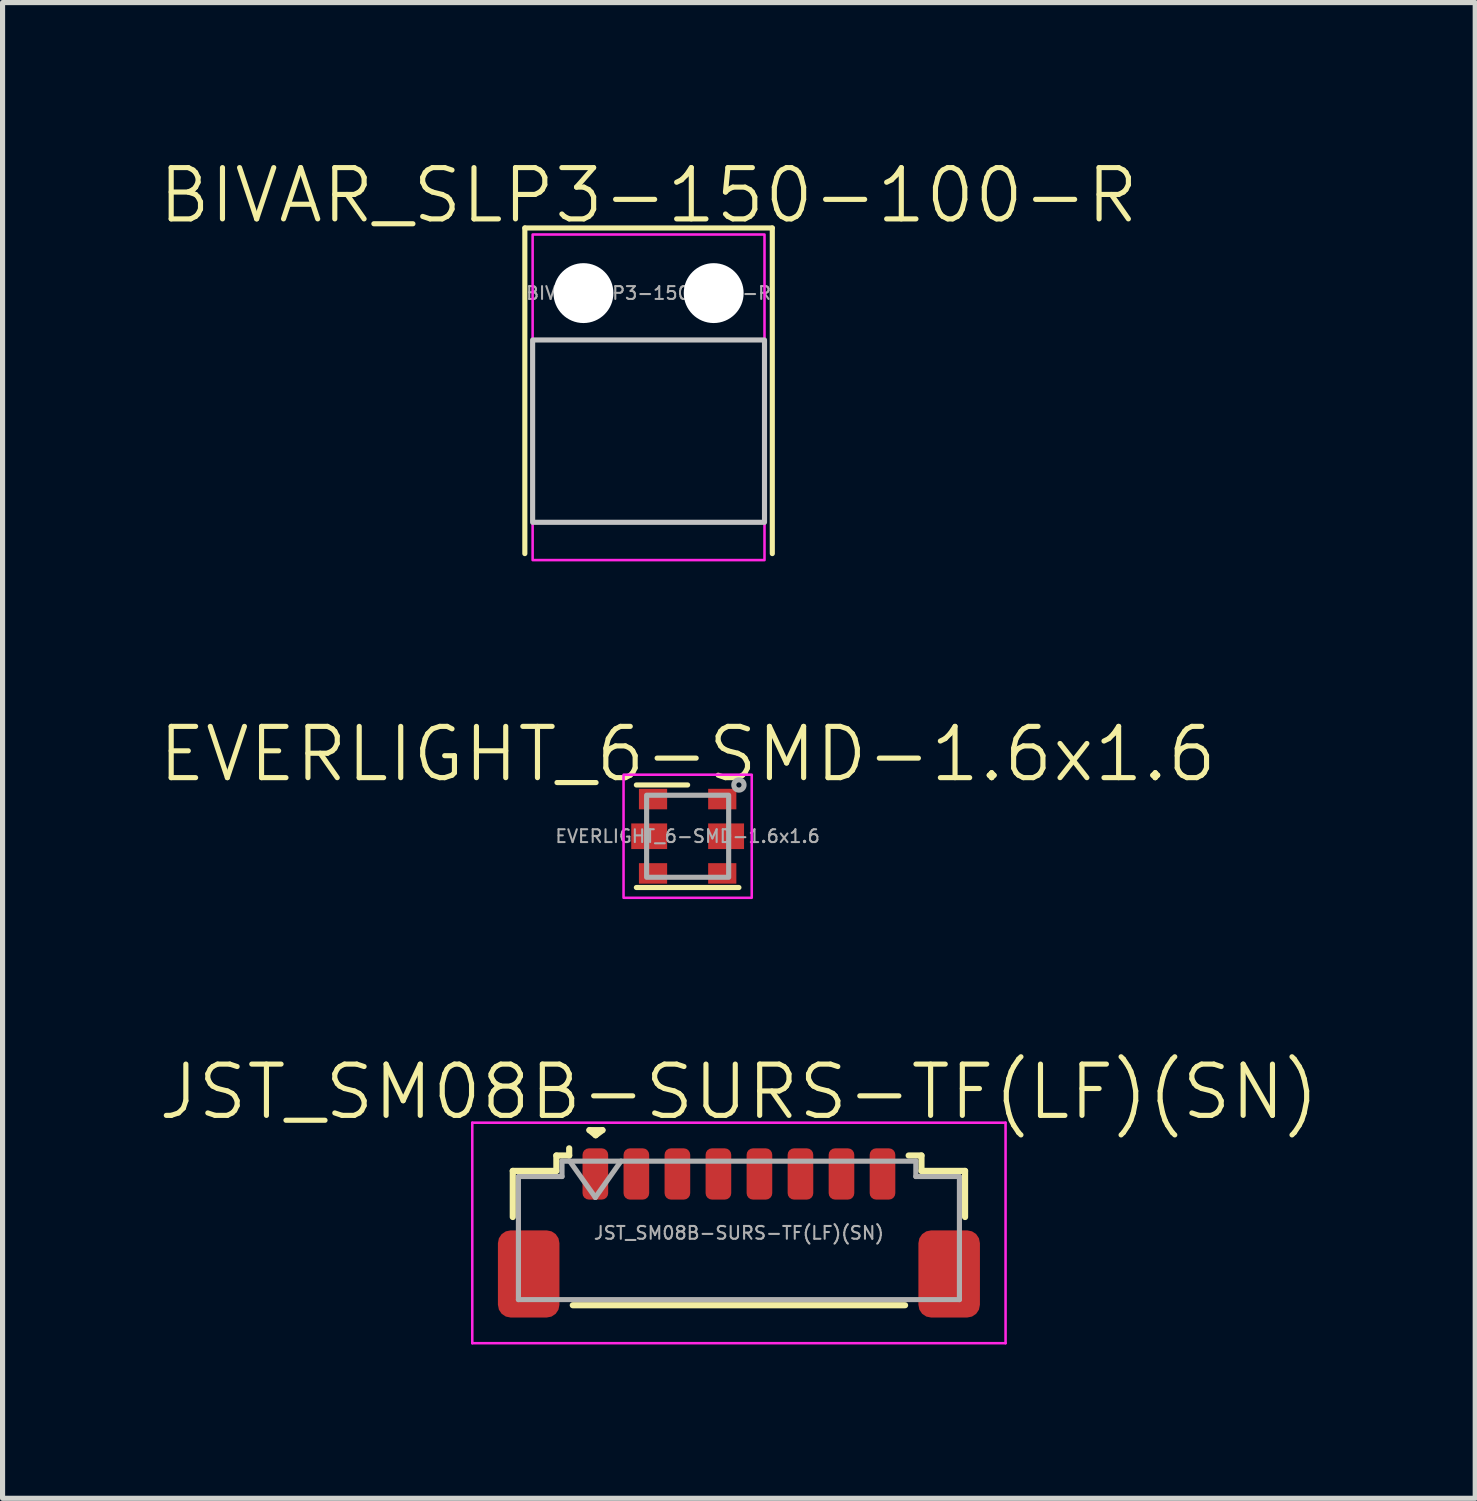
<source format=kicad_pcb>
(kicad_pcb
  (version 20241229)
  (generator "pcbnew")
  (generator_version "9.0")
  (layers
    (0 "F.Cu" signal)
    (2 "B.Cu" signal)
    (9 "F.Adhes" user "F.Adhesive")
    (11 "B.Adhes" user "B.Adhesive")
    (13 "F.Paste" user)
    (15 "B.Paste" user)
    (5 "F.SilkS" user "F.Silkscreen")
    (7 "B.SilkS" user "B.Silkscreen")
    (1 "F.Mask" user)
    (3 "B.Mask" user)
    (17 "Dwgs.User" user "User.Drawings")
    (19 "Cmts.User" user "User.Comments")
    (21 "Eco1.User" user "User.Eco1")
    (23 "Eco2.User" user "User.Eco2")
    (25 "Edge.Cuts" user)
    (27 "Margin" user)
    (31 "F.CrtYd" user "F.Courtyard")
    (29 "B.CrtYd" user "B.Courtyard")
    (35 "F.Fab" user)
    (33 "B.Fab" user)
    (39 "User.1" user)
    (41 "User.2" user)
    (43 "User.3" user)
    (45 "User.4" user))
  (footprint "BIVAR_SLP3-150-100-R"
    (layer "F.Cu")
    (at 9.598 2.666)
    (property "Reference" "BIVAR_SLP3-150-100-R" (at 0 -1.905 0) (unlocked yes) (layer "F.SilkS") (effects (font (size 1 1) (thickness 0.1))))
    (attr smd)
    (fp_line (start -2.413 -1.27) (end 2.413 -1.27) (stroke (width 0.1) (type default)) (layer "F.SilkS"))
    (fp_line (start -2.413 5.08) (end -2.413 -1.27) (stroke (width 0.1) (type default)) (layer "F.SilkS"))
    (fp_line (start 2.413 -1.27) (end 2.413 5.08) (stroke (width 0.1) (type default)) (layer "F.SilkS"))
    (fp_rect (start -2.261 0.914) (end 2.261 4.47) (stroke (width 0.1) (type default)) (fill no) (layer "Dwgs.User"))
    (fp_rect (start -2.261 -1.143) (end 2.261 0.914) (stroke (width 0.05) (type default)) (fill no) (layer "F.CrtYd"))
    (fp_rect (start -2.261 4.47) (end 2.261 5.207) (stroke (width 0.05) (type default)) (fill no) (layer "F.CrtYd"))
    (fp_text user "${REFERENCE}" (at 0 0 0) (unlocked yes) (layer "F.Fab") (effects (font (size 0.25 0.25) (thickness 0.04))))
    (pad "" np_thru_hole circle (at -1.27 0) (size 1.168 1.168) (drill 1.168) (layers "*.Cu" "*.Mask"))
    (pad "" np_thru_hole circle (at 1.27 0) (size 1.168 1.168) (drill 1.168) (layers "*.Cu" "*.Mask")))
  (footprint "EVERLIGHT_6-SMD-1.6x1.6"
    (layer "F.Cu")
    (at 10.36 13.258)
    (property "Reference" "EVERLIGHT_6-SMD-1.6x1.6" (at 0 -1.6 0) (unlocked yes) (layer "F.SilkS") (effects (font (size 1 1) (thickness 0.1))))
    (attr smd)
    (fp_line (start -1 -1) (end 0 -1) (stroke (width 0.1) (type default)) (layer "F.SilkS"))
    (fp_line (start -1 1) (end 1 1) (stroke (width 0.1) (type default)) (layer "F.SilkS"))
    (fp_rect (start -1.25 -1.2) (end 1.25 1.2) (stroke (width 0.05) (type default)) (fill no) (layer "F.CrtYd"))
    (fp_rect (start -0.8 -0.8) (end 0.8 0.8) (stroke (width 0.1) (type default)) (fill no) (layer "F.Fab"))
    (fp_circle (center 1 -1) (end 1.1 -1) (stroke (width 0.1) (type default)) (fill no) (layer "F.Fab"))
    (fp_text user "${REFERENCE}" (at 0 0 0) (unlocked yes) (layer "F.Fab") (effects (font (size 0.25 0.25) (thickness 0.04))))
    (pad "1" smd rect (at 0.675 -0.725) (size 0.55 0.4) (layers "F.Cu" "F.Mask" "F.Paste"))
    (pad "2" smd rect (at -0.675 -0.725) (size 0.55 0.4) (layers "F.Cu" "F.Mask" "F.Paste"))
    (pad "3" smd rect (at 0.75 0) (size 0.7 0.5) (layers "F.Cu" "F.Mask" "F.Paste"))
    (pad "4" smd rect (at -0.75 0) (size 0.7 0.5) (layers "F.Cu" "F.Mask" "F.Paste"))
    (pad "5" smd rect (at 0.675 0.725) (size 0.55 0.4) (layers "F.Cu" "F.Mask" "F.Paste"))
    (pad "6" smd rect (at -0.675 0.725) (size 0.55 0.4) (layers "F.Cu" "F.Mask" "F.Paste")))
  (footprint "JST_SM08B-SURS-TF(LF)(SN)"
    (layer "F.Cu")
    (at 11.36 20.994)
    (property "Reference" "JST_SM08B-SURS-TF(LF)(SN)" (at 0 -2.75 0) (unlocked yes) (layer "F.SilkS") (effects (font (size 1 1) (thickness 0.1))))
    (attr smd)
    (fp_line (start -4.41 -1.21) (end -3.56 -1.21) (stroke (width 0.12) (type solid)) (layer "F.SilkS"))
    (fp_line (start -4.41 -0.31) (end -4.41 -1.21) (stroke (width 0.12) (type solid)) (layer "F.SilkS"))
    (fp_line (start -3.56 -1.51) (end -3.31 -1.51) (stroke (width 0.12) (type solid)) (layer "F.SilkS"))
    (fp_line (start -3.56 -1.21) (end -3.56 -1.51) (stroke (width 0.12) (type solid)) (layer "F.SilkS"))
    (fp_line (start -3.31 -1.51) (end -3.31 -1.65) (stroke (width 0.12) (type solid)) (layer "F.SilkS"))
    (fp_line (start -3.24 1.41) (end 3.24 1.41) (stroke (width 0.12) (type solid)) (layer "F.SilkS"))
    (fp_line (start -2.915 -2.005) (end -2.794 -1.905) (stroke (width 0.12) (type solid)) (layer "F.SilkS"))
    (fp_line (start -2.794 -1.905) (end -2.661 -2.005) (stroke (width 0.12) (type solid)) (layer "F.SilkS"))
    (fp_line (start -2.661 -2.005) (end -2.915 -2.005) (stroke (width 0.12) (type solid)) (layer "F.SilkS"))
    (fp_line (start 3.56 -1.51) (end 3.31 -1.51) (stroke (width 0.12) (type solid)) (layer "F.SilkS"))
    (fp_line (start 3.56 -1.21) (end 3.56 -1.51) (stroke (width 0.12) (type solid)) (layer "F.SilkS"))
    (fp_line (start 4.41 -1.21) (end 3.56 -1.21) (stroke (width 0.12) (type solid)) (layer "F.SilkS"))
    (fp_line (start 4.41 -0.31) (end 4.41 -1.21) (stroke (width 0.12) (type solid)) (layer "F.SilkS"))
    (fp_line (start -5.2 -2.15) (end -5.2 2.15) (stroke (width 0.05) (type solid)) (layer "F.CrtYd"))
    (fp_line (start -5.2 2.15) (end 5.2 2.15) (stroke (width 0.05) (type solid)) (layer "F.CrtYd"))
    (fp_line (start 5.2 -2.15) (end -5.2 -2.15) (stroke (width 0.05) (type solid)) (layer "F.CrtYd"))
    (fp_line (start 5.2 2.15) (end 5.2 -2.15) (stroke (width 0.05) (type solid)) (layer "F.CrtYd"))
    (fp_line (start -4.3 -1.1) (end -4.3 1.3) (stroke (width 0.1) (type solid)) (layer "F.Fab"))
    (fp_line (start -4.3 -1.1) (end -3.45 -1.1) (stroke (width 0.1) (type solid)) (layer "F.Fab"))
    (fp_line (start -4.3 1.3) (end 4.3 1.3) (stroke (width 0.1) (type solid)) (layer "F.Fab"))
    (fp_line (start -3.45 -1.4) (end 3.45 -1.4) (stroke (width 0.1) (type solid)) (layer "F.Fab"))
    (fp_line (start -3.45 -1.1) (end -3.45 -1.4) (stroke (width 0.1) (type solid)) (layer "F.Fab"))
    (fp_line (start -3.3 -1.4) (end -2.8 -0.693) (stroke (width 0.1) (type solid)) (layer "F.Fab"))
    (fp_line (start -2.8 -0.693) (end -2.3 -1.4) (stroke (width 0.1) (type solid)) (layer "F.Fab"))
    (fp_line (start 3.45 -1.4) (end 3.45 -1.1) (stroke (width 0.1) (type solid)) (layer "F.Fab"))
    (fp_line (start 3.45 -1.1) (end 4.3 -1.1) (stroke (width 0.1) (type solid)) (layer "F.Fab"))
    (fp_line (start 4.3 -1.1) (end 4.3 1.3) (stroke (width 0.1) (type solid)) (layer "F.Fab"))
    (fp_text user "${REFERENCE}" (at 0 0 0) (unlocked yes) (layer "F.Fab") (effects (font (size 0.25 0.25) (thickness 0.04))))
    (pad "1" smd roundrect (at -2.8 -1.15) (size 0.5 1) (layers "F.Cu" "F.Mask" "F.Paste") (roundrect_rratio 0.25))
    (pad "2" smd roundrect (at -2 -1.15) (size 0.5 1) (layers "F.Cu" "F.Mask" "F.Paste") (roundrect_rratio 0.25))
    (pad "3" smd roundrect (at -1.2 -1.15) (size 0.5 1) (layers "F.Cu" "F.Mask" "F.Paste") (roundrect_rratio 0.25))
    (pad "4" smd roundrect (at -0.4 -1.15) (size 0.5 1) (layers "F.Cu" "F.Mask" "F.Paste") (roundrect_rratio 0.25))
    (pad "5" smd roundrect (at 0.4 -1.15) (size 0.5 1) (layers "F.Cu" "F.Mask" "F.Paste") (roundrect_rratio 0.25))
    (pad "6" smd roundrect (at 1.2 -1.15) (size 0.5 1) (layers "F.Cu" "F.Mask" "F.Paste") (roundrect_rratio 0.25))
    (pad "7" smd roundrect (at 2 -1.15) (size 0.5 1) (layers "F.Cu" "F.Mask" "F.Paste") (roundrect_rratio 0.25))
    (pad "8" smd roundrect (at 2.8 -1.15) (size 0.5 1) (layers "F.Cu" "F.Mask" "F.Paste") (roundrect_rratio 0.25))
    (pad "MP" smd roundrect (at -4.1 0.8) (size 1.2 1.7) (layers "F.Cu" "F.Mask" "F.Paste") (roundrect_rratio 0.208))
    (pad "MP" smd roundrect (at 4.1 0.8) (size 1.2 1.7) (layers "F.Cu" "F.Mask" "F.Paste") (roundrect_rratio 0.208)))
  (gr_rect
    (start -3 -3)
    (end 25.719 26.169)
    (stroke (width 0.1) (type default))
    (fill no)
    (layer "Edge.Cuts")))
</source>
